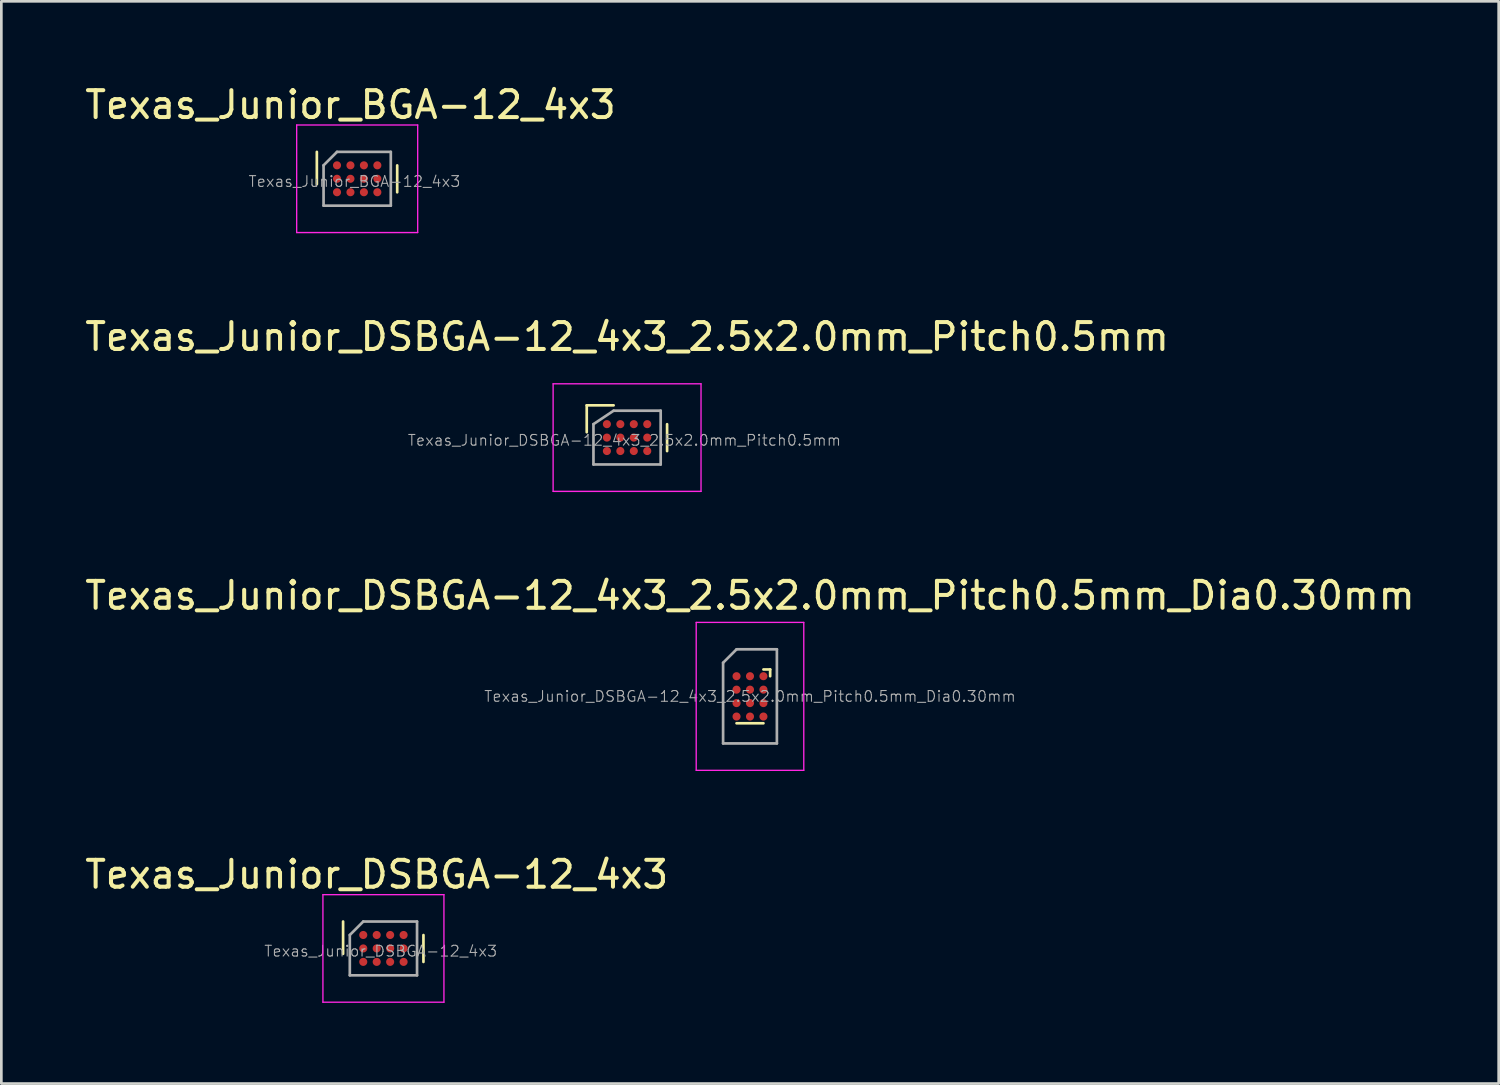
<source format=kicad_pcb>
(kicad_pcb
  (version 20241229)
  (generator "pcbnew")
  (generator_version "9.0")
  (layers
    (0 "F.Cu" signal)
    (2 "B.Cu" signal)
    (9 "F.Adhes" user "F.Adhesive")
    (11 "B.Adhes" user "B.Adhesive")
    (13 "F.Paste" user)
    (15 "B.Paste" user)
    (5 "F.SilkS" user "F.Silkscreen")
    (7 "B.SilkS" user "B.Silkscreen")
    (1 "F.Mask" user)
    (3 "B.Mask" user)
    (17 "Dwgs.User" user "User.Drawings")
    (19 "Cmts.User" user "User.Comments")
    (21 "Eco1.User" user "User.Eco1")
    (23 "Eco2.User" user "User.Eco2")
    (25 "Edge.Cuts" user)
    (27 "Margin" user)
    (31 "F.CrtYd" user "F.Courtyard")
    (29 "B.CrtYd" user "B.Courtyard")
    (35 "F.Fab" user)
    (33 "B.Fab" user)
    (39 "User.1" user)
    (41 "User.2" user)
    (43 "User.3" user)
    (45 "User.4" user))
  (footprint "Texas_Junior_DSBGA-12_4x3_2.5x2.0mm_Pitch0.5mm"
    (layer "F.Cu")
    (at 20.268 13.222)
    (property "Reference" "Texas_Junior_DSBGA-12_4x3_2.5x2.0mm_Pitch0.5mm" (at 0 -3.75 0) (layer "F.SilkS") (effects (font (size 1 1) (thickness 0.15))))
    (attr smd)
    (fp_line (start -1.5 -1.2) (end -1.5 -0.2) (stroke (width 0.1) (type solid)) (layer "F.SilkS"))
    (fp_line (start -1.5 -1.2) (end -0.5 -1.2) (stroke (width 0.1) (type solid)) (layer "F.SilkS"))
    (fp_line (start 1.488 0.502) (end 1.488 -0.497) (stroke (width 0.1) (type solid)) (layer "F.SilkS"))
    (fp_line (start -2.75 -2) (end 2.75 -2) (stroke (width 0.05) (type solid)) (layer "F.CrtYd"))
    (fp_line (start -2.75 2) (end -2.75 -2) (stroke (width 0.05) (type solid)) (layer "F.CrtYd"))
    (fp_line (start 2.75 -2) (end 2.75 2) (stroke (width 0.05) (type solid)) (layer "F.CrtYd"))
    (fp_line (start 2.75 2) (end -2.75 2) (stroke (width 0.05) (type solid)) (layer "F.CrtYd"))
    (fp_line (start -1.25 1) (end -1.25 -0.5) (stroke (width 0.1) (type solid)) (layer "F.Fab"))
    (fp_line (start -0.5 -1) (end -1.25 -0.5) (stroke (width 0.1) (type solid)) (layer "F.Fab"))
    (fp_line (start -0.5 -1) (end 1.25 -1) (stroke (width 0.1) (type solid)) (layer "F.Fab"))
    (fp_line (start 1.25 -1) (end 1.25 1) (stroke (width 0.1) (type solid)) (layer "F.Fab"))
    (fp_line (start 1.25 1) (end -1.25 1) (stroke (width 0.1) (type solid)) (layer "F.Fab"))
    (fp_text user "${REFERENCE}" (at -0.1 0.1 180) (layer "F.Fab") (effects (font (size 0.4 0.4) (thickness 0.04))))
    (pad "A1" smd circle (at -0.75 -0.5 90) (size 0.3 0.3) (layers "F.Cu" "F.Mask" "F.Paste"))
    (pad "A2" smd circle (at -0.25 -0.5 90) (size 0.3 0.3) (layers "F.Cu" "F.Mask" "F.Paste"))
    (pad "A3" smd circle (at 0.25 -0.5 90) (size 0.3 0.3) (layers "F.Cu" "F.Mask" "F.Paste"))
    (pad "A4" smd circle (at 0.75 -0.5 90) (size 0.3 0.3) (layers "F.Cu" "F.Mask" "F.Paste"))
    (pad "B1" smd circle (at -0.75 0 90) (size 0.3 0.3) (layers "F.Cu" "F.Mask" "F.Paste"))
    (pad "B2" smd circle (at -0.25 0 90) (size 0.3 0.3) (layers "F.Cu" "F.Mask" "F.Paste"))
    (pad "B3" smd circle (at 0.25 0 90) (size 0.3 0.3) (layers "F.Cu" "F.Mask" "F.Paste"))
    (pad "B4" smd circle (at 0.75 0 90) (size 0.3 0.3) (layers "F.Cu" "F.Mask" "F.Paste"))
    (pad "C1" smd circle (at -0.75 0.5 90) (size 0.3 0.3) (layers "F.Cu" "F.Mask" "F.Paste"))
    (pad "C2" smd circle (at -0.25 0.5 90) (size 0.3 0.3) (layers "F.Cu" "F.Mask" "F.Paste"))
    (pad "C3" smd circle (at 0.25 0.5 90) (size 0.3 0.3) (layers "F.Cu" "F.Mask" "F.Paste"))
    (pad "C4" smd circle (at 0.75 0.5 90) (size 0.3 0.3) (layers "F.Cu" "F.Mask" "F.Paste")))
  (footprint "Texas_Junior_DSBGA-12_4x3_2.5x2.0mm_Pitch0.5mm_Dia0.30mm"
    (layer "F.Cu")
    (at 24.839 22.845)
    (property "Reference" "Texas_Junior_DSBGA-12_4x3_2.5x2.0mm_Pitch0.5mm_Dia0.30mm" (at 0 -3.75 0) (layer "F.SilkS") (effects (font (size 1 1) (thickness 0.15))))
    (attr smd)
    (fp_line (start -0.5 1) (end 0.5 1) (stroke (width 0.1) (type solid)) (layer "F.SilkS"))
    (fp_line (start 0.5 -1) (end 0.75 -1) (stroke (width 0.1) (type solid)) (layer "F.SilkS"))
    (fp_line (start 0.75 -0.75) (end 0.75 -1) (stroke (width 0.1) (type solid)) (layer "F.SilkS"))
    (fp_line (start -2 -2.75) (end 2 -2.75) (stroke (width 0.05) (type solid)) (layer "F.CrtYd"))
    (fp_line (start -2 2.75) (end -2 -2.75) (stroke (width 0.05) (type solid)) (layer "F.CrtYd"))
    (fp_line (start 2 -2.75) (end 2 2.75) (stroke (width 0.05) (type solid)) (layer "F.CrtYd"))
    (fp_line (start 2 2.75) (end -2 2.75) (stroke (width 0.05) (type solid)) (layer "F.CrtYd"))
    (fp_line (start -1 -1.25) (end -0.5 -1.75) (stroke (width 0.1) (type solid)) (layer "F.Fab"))
    (fp_line (start -1 1.75) (end -1 -1.25) (stroke (width 0.1) (type solid)) (layer "F.Fab"))
    (fp_line (start -0.5 -1.75) (end 1 -1.75) (stroke (width 0.1) (type solid)) (layer "F.Fab"))
    (fp_line (start 1 -1.75) (end 1 1.75) (stroke (width 0.1) (type solid)) (layer "F.Fab"))
    (fp_line (start 1 1.75) (end -1 1.75) (stroke (width 0.1) (type solid)) (layer "F.Fab"))
    (fp_text user "${REFERENCE}" (at 0 0 0) (layer "F.Fab") (effects (font (size 0.4 0.4) (thickness 0.04))))
    (pad "A1" smd circle (at 0.5 -0.75) (size 0.3 0.3) (layers "F.Cu" "F.Mask" "F.Paste"))
    (pad "A2" smd circle (at 0.5 -0.25) (size 0.3 0.3) (layers "F.Cu" "F.Mask" "F.Paste"))
    (pad "A3" smd circle (at 0.5 0.25) (size 0.3 0.3) (layers "F.Cu" "F.Mask" "F.Paste"))
    (pad "A4" smd circle (at 0.5 0.75) (size 0.3 0.3) (layers "F.Cu" "F.Mask" "F.Paste"))
    (pad "B1" smd circle (at 0 -0.75) (size 0.3 0.3) (layers "F.Cu" "F.Mask" "F.Paste"))
    (pad "B2" smd circle (at 0 -0.25) (size 0.3 0.3) (layers "F.Cu" "F.Mask" "F.Paste"))
    (pad "B3" smd circle (at 0 0.25) (size 0.3 0.3) (layers "F.Cu" "F.Mask" "F.Paste"))
    (pad "B4" smd circle (at 0 0.75) (size 0.3 0.3) (layers "F.Cu" "F.Mask" "F.Paste"))
    (pad "C1" smd circle (at -0.5 -0.75) (size 0.3 0.3) (layers "F.Cu" "F.Mask" "F.Paste"))
    (pad "C2" smd circle (at -0.5 -0.25) (size 0.3 0.3) (layers "F.Cu" "F.Mask" "F.Paste"))
    (pad "C3" smd circle (at -0.5 0.25) (size 0.3 0.3) (layers "F.Cu" "F.Mask" "F.Paste"))
    (pad "C4" smd circle (at -0.5 0.75) (size 0.3 0.3) (layers "F.Cu" "F.Mask" "F.Paste")))
  (footprint "Texas_Junior_BGA-12_4x3"
    (layer "F.Cu")
    (at 10.232 3.598)
    (property "Reference" "Texas_Junior_BGA-12_4x3" (at -0.25 -2.75 0) (layer "F.SilkS") (effects (font (size 1 1) (thickness 0.15))))
    (attr smd)
    (fp_line (start -1.5 -1) (end -1.5 0.2) (stroke (width 0.1) (type solid)) (layer "F.SilkS"))
    (fp_line (start 1.488 0.502) (end 1.488 -0.497) (stroke (width 0.1) (type solid)) (layer "F.SilkS"))
    (fp_line (start -2.25 -2) (end 2.25 -2) (stroke (width 0.05) (type solid)) (layer "F.CrtYd"))
    (fp_line (start -2.25 2) (end -2.25 -2) (stroke (width 0.05) (type solid)) (layer "F.CrtYd"))
    (fp_line (start 2.25 -2) (end 2.25 2) (stroke (width 0.05) (type solid)) (layer "F.CrtYd"))
    (fp_line (start 2.25 2) (end -2.25 2) (stroke (width 0.05) (type solid)) (layer "F.CrtYd"))
    (fp_line (start -1.25 1) (end -1.25 -0.5) (stroke (width 0.1) (type solid)) (layer "F.Fab"))
    (fp_line (start -0.75 -1) (end -1.25 -0.5) (stroke (width 0.1) (type solid)) (layer "F.Fab"))
    (fp_line (start -0.75 -1) (end 1.25 -1) (stroke (width 0.1) (type solid)) (layer "F.Fab"))
    (fp_line (start 1.25 -1) (end 1.25 1) (stroke (width 0.1) (type solid)) (layer "F.Fab"))
    (fp_line (start 1.25 1) (end -1.25 1) (stroke (width 0.1) (type solid)) (layer "F.Fab"))
    (fp_text user "${REFERENCE}" (at -0.1 0.1 180) (layer "F.Fab") (effects (font (size 0.4 0.4) (thickness 0.04))))
    (pad "A1" smd circle (at -0.75 -0.5 90) (size 0.3 0.3) (layers "F.Cu" "F.Mask" "F.Paste"))
    (pad "A2" smd circle (at -0.25 -0.5 90) (size 0.3 0.3) (layers "F.Cu" "F.Mask" "F.Paste"))
    (pad "A3" smd circle (at 0.25 -0.5 90) (size 0.3 0.3) (layers "F.Cu" "F.Mask" "F.Paste"))
    (pad "A4" smd circle (at 0.75 -0.5 90) (size 0.3 0.3) (layers "F.Cu" "F.Mask" "F.Paste"))
    (pad "B1" smd circle (at -0.75 0 90) (size 0.3 0.3) (layers "F.Cu" "F.Mask" "F.Paste"))
    (pad "B2" smd circle (at -0.25 0 90) (size 0.3 0.3) (layers "F.Cu" "F.Mask" "F.Paste"))
    (pad "B3" smd circle (at 0.25 0 90) (size 0.3 0.3) (layers "F.Cu" "F.Mask" "F.Paste"))
    (pad "B4" smd circle (at 0.75 0 90) (size 0.3 0.3) (layers "F.Cu" "F.Mask" "F.Paste"))
    (pad "C1" smd circle (at -0.75 0.5 90) (size 0.3 0.3) (layers "F.Cu" "F.Mask" "F.Paste"))
    (pad "C2" smd circle (at -0.25 0.5 90) (size 0.3 0.3) (layers "F.Cu" "F.Mask" "F.Paste"))
    (pad "C3" smd circle (at 0.25 0.5 90) (size 0.3 0.3) (layers "F.Cu" "F.Mask" "F.Paste"))
    (pad "C4" smd circle (at 0.75 0.5 90) (size 0.3 0.3) (layers "F.Cu" "F.Mask" "F.Paste")))
  (footprint "Texas_Junior_DSBGA-12_4x3"
    (layer "F.Cu")
    (at 11.208 32.218)
    (property "Reference" "Texas_Junior_DSBGA-12_4x3" (at -0.25 -2.75 0) (layer "F.SilkS") (effects (font (size 1 1) (thickness 0.15))))
    (attr smd)
    (fp_line (start -1.5 -1) (end -1.5 0.2) (stroke (width 0.1) (type solid)) (layer "F.SilkS"))
    (fp_line (start 1.488 0.502) (end 1.488 -0.497) (stroke (width 0.1) (type solid)) (layer "F.SilkS"))
    (fp_line (start -2.25 -2) (end 2.25 -2) (stroke (width 0.05) (type solid)) (layer "F.CrtYd"))
    (fp_line (start -2.25 2) (end -2.25 -2) (stroke (width 0.05) (type solid)) (layer "F.CrtYd"))
    (fp_line (start 2.25 -2) (end 2.25 2) (stroke (width 0.05) (type solid)) (layer "F.CrtYd"))
    (fp_line (start 2.25 2) (end -2.25 2) (stroke (width 0.05) (type solid)) (layer "F.CrtYd"))
    (fp_line (start -1.25 1) (end -1.25 -0.5) (stroke (width 0.1) (type solid)) (layer "F.Fab"))
    (fp_line (start -0.75 -1) (end -1.25 -0.5) (stroke (width 0.1) (type solid)) (layer "F.Fab"))
    (fp_line (start -0.75 -1) (end 1.25 -1) (stroke (width 0.1) (type solid)) (layer "F.Fab"))
    (fp_line (start 1.25 -1) (end 1.25 1) (stroke (width 0.1) (type solid)) (layer "F.Fab"))
    (fp_line (start 1.25 1) (end -1.25 1) (stroke (width 0.1) (type solid)) (layer "F.Fab"))
    (fp_text user "${REFERENCE}" (at -0.1 0.1 180) (layer "F.Fab") (effects (font (size 0.4 0.4) (thickness 0.04))))
    (pad "A1" smd circle (at -0.75 -0.5 90) (size 0.3 0.3) (layers "F.Cu" "F.Mask" "F.Paste"))
    (pad "A2" smd circle (at -0.25 -0.5 90) (size 0.3 0.3) (layers "F.Cu" "F.Mask" "F.Paste"))
    (pad "A3" smd circle (at 0.25 -0.5 90) (size 0.3 0.3) (layers "F.Cu" "F.Mask" "F.Paste"))
    (pad "A4" smd circle (at 0.75 -0.5 90) (size 0.3 0.3) (layers "F.Cu" "F.Mask" "F.Paste"))
    (pad "B1" smd circle (at -0.75 0 90) (size 0.3 0.3) (layers "F.Cu" "F.Mask" "F.Paste"))
    (pad "B2" smd circle (at -0.25 0 90) (size 0.3 0.3) (layers "F.Cu" "F.Mask" "F.Paste"))
    (pad "B3" smd circle (at 0.25 0 90) (size 0.3 0.3) (layers "F.Cu" "F.Mask" "F.Paste"))
    (pad "B4" smd circle (at 0.75 0 90) (size 0.3 0.3) (layers "F.Cu" "F.Mask" "F.Paste"))
    (pad "C1" smd circle (at -0.75 0.5 90) (size 0.3 0.3) (layers "F.Cu" "F.Mask" "F.Paste"))
    (pad "C2" smd circle (at -0.25 0.5 90) (size 0.3 0.3) (layers "F.Cu" "F.Mask" "F.Paste"))
    (pad "C3" smd circle (at 0.25 0.5 90) (size 0.3 0.3) (layers "F.Cu" "F.Mask" "F.Paste"))
    (pad "C4" smd circle (at 0.75 0.5 90) (size 0.3 0.3) (layers "F.Cu" "F.Mask" "F.Paste")))
  (gr_rect
    (start -3 -3)
    (end 52.679 37.243)
    (stroke (width 0.1) (type default))
    (fill no)
    (layer "Edge.Cuts")))
</source>
